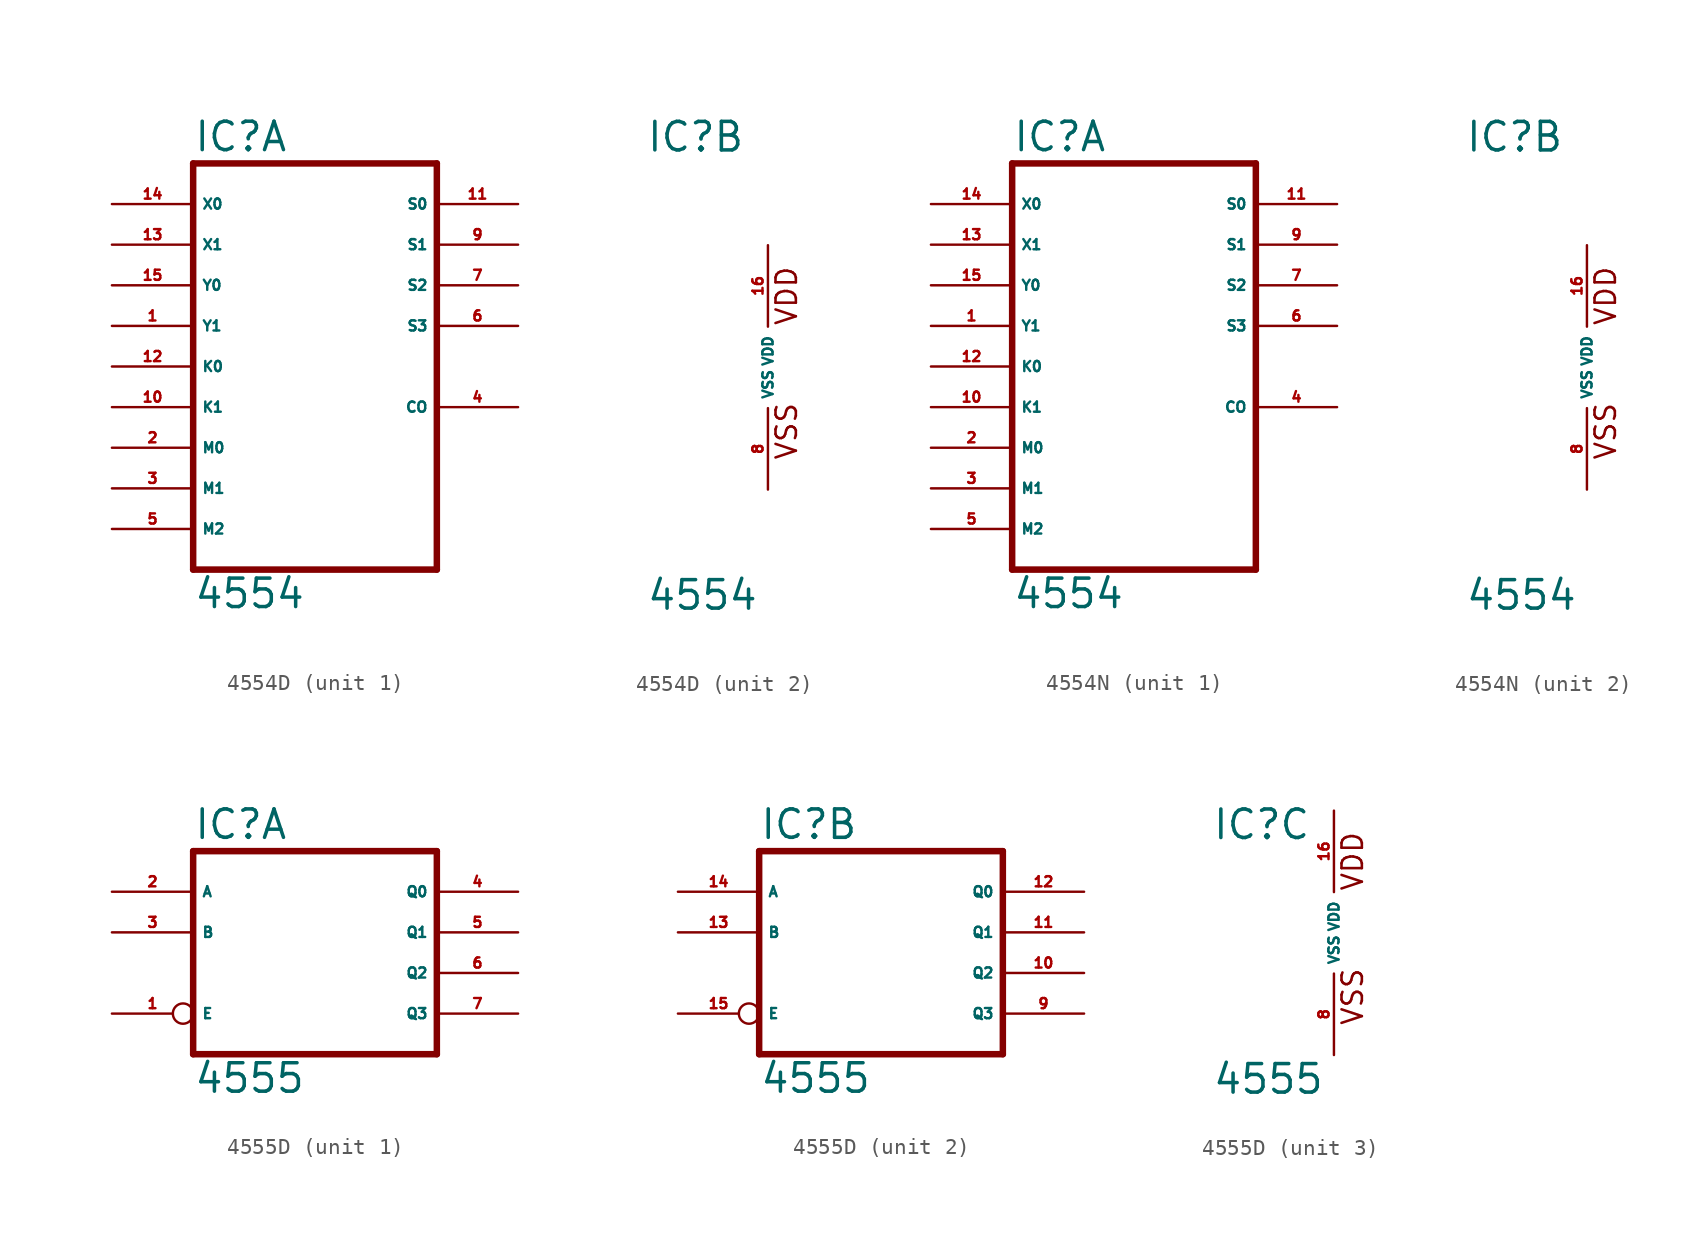
<source format=kicad_sym>
(kicad_symbol_lib
  (version 20220914)
  (generator Eagle2Kicad)
  (symbol "4554D"
    (property "Reference" "IC"
      (at -7.62 13.335 0)
      (effects (font (size 1.778 1.778) (thickness 0.22)) (justify left bottom)))
    (property "Value" "4554"
      (at -7.62 -15.24 0)
      (effects (font (size 1.778 1.778) (thickness 0.22)) (justify left bottom)))
    (symbol "4554D_1_0"
      (polyline (pts (xy -7.62 -12.7) (xy 7.62 -12.7)) (stroke (width 0.406) (type default)) (fill (type none)))
      (polyline (pts (xy 7.62 -12.7) (xy 7.62 12.7)) (stroke (width 0.406) (type default)) (fill (type none)))
      (polyline (pts (xy 7.62 12.7) (xy -7.62 12.7)) (stroke (width 0.406) (type default)) (fill (type none)))
      (polyline (pts (xy -7.62 12.7) (xy -7.62 -12.7)) (stroke (width 0.406) (type default)) (fill (type none)))
      (pin input line (at -12.7 2.54 0) (length 5.08) (name "Y1" (effects (font (size 0.635 0.635) (thickness 0.08)) (justify left bottom))) (number "1" (effects (font (size 0.635 0.635) (thickness 0.08)) (justify left bottom))))
      (pin input line (at -12.7 -5.08 0) (length 5.08) (name "M0" (effects (font (size 0.635 0.635) (thickness 0.08)) (justify left bottom))) (number "2" (effects (font (size 0.635 0.635) (thickness 0.08)) (justify left bottom))))
      (pin input line (at -12.7 -7.62 0) (length 5.08) (name "M1" (effects (font (size 0.635 0.635) (thickness 0.08)) (justify left bottom))) (number "3" (effects (font (size 0.635 0.635) (thickness 0.08)) (justify left bottom))))
      (pin output line (at 12.7 -2.54 180) (length 5.08) (name "CO" (effects (font (size 0.635 0.635) (thickness 0.08)) (justify left bottom))) (number "4" (effects (font (size 0.635 0.635) (thickness 0.08)) (justify left bottom))))
      (pin input line (at -12.7 -10.16 0) (length 5.08) (name "M2" (effects (font (size 0.635 0.635) (thickness 0.08)) (justify left bottom))) (number "5" (effects (font (size 0.635 0.635) (thickness 0.08)) (justify left bottom))))
      (pin output line (at 12.7 2.54 180) (length 5.08) (name "S3" (effects (font (size 0.635 0.635) (thickness 0.08)) (justify left bottom))) (number "6" (effects (font (size 0.635 0.635) (thickness 0.08)) (justify left bottom))))
      (pin output line (at 12.7 5.08 180) (length 5.08) (name "S2" (effects (font (size 0.635 0.635) (thickness 0.08)) (justify left bottom))) (number "7" (effects (font (size 0.635 0.635) (thickness 0.08)) (justify left bottom))))
      (pin output line (at 12.7 7.62 180) (length 5.08) (name "S1" (effects (font (size 0.635 0.635) (thickness 0.08)) (justify left bottom))) (number "9" (effects (font (size 0.635 0.635) (thickness 0.08)) (justify left bottom))))
      (pin input line (at -12.7 -2.54 0) (length 5.08) (name "K1" (effects (font (size 0.635 0.635) (thickness 0.08)) (justify left bottom))) (number "10" (effects (font (size 0.635 0.635) (thickness 0.08)) (justify left bottom))))
      (pin output line (at 12.7 10.16 180) (length 5.08) (name "S0" (effects (font (size 0.635 0.635) (thickness 0.08)) (justify left bottom))) (number "11" (effects (font (size 0.635 0.635) (thickness 0.08)) (justify left bottom))))
      (pin input line (at -12.7 0 0) (length 5.08) (name "K0" (effects (font (size 0.635 0.635) (thickness 0.08)) (justify left bottom))) (number "12" (effects (font (size 0.635 0.635) (thickness 0.08)) (justify left bottom))))
      (pin input line (at -12.7 7.62 0) (length 5.08) (name "X1" (effects (font (size 0.635 0.635) (thickness 0.08)) (justify left bottom))) (number "13" (effects (font (size 0.635 0.635) (thickness 0.08)) (justify left bottom))))
      (pin input line (at -12.7 10.16 0) (length 5.08) (name "X0" (effects (font (size 0.635 0.635) (thickness 0.08)) (justify left bottom))) (number "14" (effects (font (size 0.635 0.635) (thickness 0.08)) (justify left bottom))))
      (pin input line (at -12.7 5.08 0) (length 5.08) (name "Y0" (effects (font (size 0.635 0.635) (thickness 0.08)) (justify left bottom))) (number "15" (effects (font (size 0.635 0.635) (thickness 0.08)) (justify left bottom)))))
    (symbol "4554D_2_0"
      (text "VDD" (at 1.905 2.54 900) (effects (font (size 1.27 1.27) (thickness 0.16)) (justify left bottom)))
      (text "VSS" (at 1.905 -5.842 900) (effects (font (size 1.27 1.27) (thickness 0.16)) (justify left bottom)))
      (pin unspecified line (at 0 -7.62 90) (length 5.08) (name "VSS" (effects (font (size 0.635 0.635) (thickness 0.08)) (justify left bottom))) (number "8" (effects (font (size 0.635 0.635) (thickness 0.08)) (justify left bottom))))
      (pin unspecified line (at 0 7.62 270) (length 5.08) (name "VDD" (effects (font (size 0.635 0.635) (thickness 0.08)) (justify left bottom))) (number "16" (effects (font (size 0.635 0.635) (thickness 0.08)) (justify left bottom))))))
  (symbol "4554N"
    (property "Reference" "IC"
      (at -7.62 13.335 0)
      (effects (font (size 1.778 1.778) (thickness 0.22)) (justify left bottom)))
    (property "Value" "4554"
      (at -7.62 -15.24 0)
      (effects (font (size 1.778 1.778) (thickness 0.22)) (justify left bottom)))
    (symbol "4554N_1_0"
      (polyline (pts (xy -7.62 -12.7) (xy 7.62 -12.7)) (stroke (width 0.406) (type default)) (fill (type none)))
      (polyline (pts (xy 7.62 -12.7) (xy 7.62 12.7)) (stroke (width 0.406) (type default)) (fill (type none)))
      (polyline (pts (xy 7.62 12.7) (xy -7.62 12.7)) (stroke (width 0.406) (type default)) (fill (type none)))
      (polyline (pts (xy -7.62 12.7) (xy -7.62 -12.7)) (stroke (width 0.406) (type default)) (fill (type none)))
      (pin input line (at -12.7 2.54 0) (length 5.08) (name "Y1" (effects (font (size 0.635 0.635) (thickness 0.08)) (justify left bottom))) (number "1" (effects (font (size 0.635 0.635) (thickness 0.08)) (justify left bottom))))
      (pin input line (at -12.7 -5.08 0) (length 5.08) (name "M0" (effects (font (size 0.635 0.635) (thickness 0.08)) (justify left bottom))) (number "2" (effects (font (size 0.635 0.635) (thickness 0.08)) (justify left bottom))))
      (pin input line (at -12.7 -7.62 0) (length 5.08) (name "M1" (effects (font (size 0.635 0.635) (thickness 0.08)) (justify left bottom))) (number "3" (effects (font (size 0.635 0.635) (thickness 0.08)) (justify left bottom))))
      (pin output line (at 12.7 -2.54 180) (length 5.08) (name "CO" (effects (font (size 0.635 0.635) (thickness 0.08)) (justify left bottom))) (number "4" (effects (font (size 0.635 0.635) (thickness 0.08)) (justify left bottom))))
      (pin input line (at -12.7 -10.16 0) (length 5.08) (name "M2" (effects (font (size 0.635 0.635) (thickness 0.08)) (justify left bottom))) (number "5" (effects (font (size 0.635 0.635) (thickness 0.08)) (justify left bottom))))
      (pin output line (at 12.7 2.54 180) (length 5.08) (name "S3" (effects (font (size 0.635 0.635) (thickness 0.08)) (justify left bottom))) (number "6" (effects (font (size 0.635 0.635) (thickness 0.08)) (justify left bottom))))
      (pin output line (at 12.7 5.08 180) (length 5.08) (name "S2" (effects (font (size 0.635 0.635) (thickness 0.08)) (justify left bottom))) (number "7" (effects (font (size 0.635 0.635) (thickness 0.08)) (justify left bottom))))
      (pin output line (at 12.7 7.62 180) (length 5.08) (name "S1" (effects (font (size 0.635 0.635) (thickness 0.08)) (justify left bottom))) (number "9" (effects (font (size 0.635 0.635) (thickness 0.08)) (justify left bottom))))
      (pin input line (at -12.7 -2.54 0) (length 5.08) (name "K1" (effects (font (size 0.635 0.635) (thickness 0.08)) (justify left bottom))) (number "10" (effects (font (size 0.635 0.635) (thickness 0.08)) (justify left bottom))))
      (pin output line (at 12.7 10.16 180) (length 5.08) (name "S0" (effects (font (size 0.635 0.635) (thickness 0.08)) (justify left bottom))) (number "11" (effects (font (size 0.635 0.635) (thickness 0.08)) (justify left bottom))))
      (pin input line (at -12.7 0 0) (length 5.08) (name "K0" (effects (font (size 0.635 0.635) (thickness 0.08)) (justify left bottom))) (number "12" (effects (font (size 0.635 0.635) (thickness 0.08)) (justify left bottom))))
      (pin input line (at -12.7 7.62 0) (length 5.08) (name "X1" (effects (font (size 0.635 0.635) (thickness 0.08)) (justify left bottom))) (number "13" (effects (font (size 0.635 0.635) (thickness 0.08)) (justify left bottom))))
      (pin input line (at -12.7 10.16 0) (length 5.08) (name "X0" (effects (font (size 0.635 0.635) (thickness 0.08)) (justify left bottom))) (number "14" (effects (font (size 0.635 0.635) (thickness 0.08)) (justify left bottom))))
      (pin input line (at -12.7 5.08 0) (length 5.08) (name "Y0" (effects (font (size 0.635 0.635) (thickness 0.08)) (justify left bottom))) (number "15" (effects (font (size 0.635 0.635) (thickness 0.08)) (justify left bottom)))))
    (symbol "4554N_2_0"
      (text "VDD" (at 1.905 2.54 900) (effects (font (size 1.27 1.27) (thickness 0.16)) (justify left bottom)))
      (text "VSS" (at 1.905 -5.842 900) (effects (font (size 1.27 1.27) (thickness 0.16)) (justify left bottom)))
      (pin unspecified line (at 0 -7.62 90) (length 5.08) (name "VSS" (effects (font (size 0.635 0.635) (thickness 0.08)) (justify left bottom))) (number "8" (effects (font (size 0.635 0.635) (thickness 0.08)) (justify left bottom))))
      (pin unspecified line (at 0 7.62 270) (length 5.08) (name "VDD" (effects (font (size 0.635 0.635) (thickness 0.08)) (justify left bottom))) (number "16" (effects (font (size 0.635 0.635) (thickness 0.08)) (justify left bottom))))))
  (symbol "4555D"
    (property "Reference" "IC"
      (at -7.62 5.715 0)
      (effects (font (size 1.778 1.778) (thickness 0.22)) (justify left bottom)))
    (property "Value" "4555"
      (at -7.62 -10.16 0)
      (effects (font (size 1.778 1.778) (thickness 0.22)) (justify left bottom)))
    (symbol "4555D_1_0"
      (polyline (pts (xy -7.62 -7.62) (xy 7.62 -7.62)) (stroke (width 0.406) (type default)) (fill (type none)))
      (polyline (pts (xy 7.62 -7.62) (xy 7.62 5.08)) (stroke (width 0.406) (type default)) (fill (type none)))
      (polyline (pts (xy 7.62 5.08) (xy -7.62 5.08)) (stroke (width 0.406) (type default)) (fill (type none)))
      (polyline (pts (xy -7.62 5.08) (xy -7.62 -7.62)) (stroke (width 0.406) (type default)) (fill (type none)))
      (pin input inverted (at -12.7 -5.08 0) (length 5.08) (name "E" (effects (font (size 0.635 0.635) (thickness 0.08)) (justify left bottom))) (number "1" (effects (font (size 0.635 0.635) (thickness 0.08)) (justify left bottom))))
      (pin input line (at -12.7 2.54 0) (length 5.08) (name "A" (effects (font (size 0.635 0.635) (thickness 0.08)) (justify left bottom))) (number "2" (effects (font (size 0.635 0.635) (thickness 0.08)) (justify left bottom))))
      (pin input line (at -12.7 0 0) (length 5.08) (name "B" (effects (font (size 0.635 0.635) (thickness 0.08)) (justify left bottom))) (number "3" (effects (font (size 0.635 0.635) (thickness 0.08)) (justify left bottom))))
      (pin output line (at 12.7 2.54 180) (length 5.08) (name "Q0" (effects (font (size 0.635 0.635) (thickness 0.08)) (justify left bottom))) (number "4" (effects (font (size 0.635 0.635) (thickness 0.08)) (justify left bottom))))
      (pin output line (at 12.7 0 180) (length 5.08) (name "Q1" (effects (font (size 0.635 0.635) (thickness 0.08)) (justify left bottom))) (number "5" (effects (font (size 0.635 0.635) (thickness 0.08)) (justify left bottom))))
      (pin output line (at 12.7 -2.54 180) (length 5.08) (name "Q2" (effects (font (size 0.635 0.635) (thickness 0.08)) (justify left bottom))) (number "6" (effects (font (size 0.635 0.635) (thickness 0.08)) (justify left bottom))))
      (pin output line (at 12.7 -5.08 180) (length 5.08) (name "Q3" (effects (font (size 0.635 0.635) (thickness 0.08)) (justify left bottom))) (number "7" (effects (font (size 0.635 0.635) (thickness 0.08)) (justify left bottom)))))
    (symbol "4555D_2_0"
      (polyline (pts (xy -7.62 -7.62) (xy 7.62 -7.62)) (stroke (width 0.406) (type default)) (fill (type none)))
      (polyline (pts (xy 7.62 -7.62) (xy 7.62 5.08)) (stroke (width 0.406) (type default)) (fill (type none)))
      (polyline (pts (xy 7.62 5.08) (xy -7.62 5.08)) (stroke (width 0.406) (type default)) (fill (type none)))
      (polyline (pts (xy -7.62 5.08) (xy -7.62 -7.62)) (stroke (width 0.406) (type default)) (fill (type none)))
      (pin input inverted (at -12.7 -5.08 0) (length 5.08) (name "E" (effects (font (size 0.635 0.635) (thickness 0.08)) (justify left bottom))) (number "15" (effects (font (size 0.635 0.635) (thickness 0.08)) (justify left bottom))))
      (pin input line (at -12.7 2.54 0) (length 5.08) (name "A" (effects (font (size 0.635 0.635) (thickness 0.08)) (justify left bottom))) (number "14" (effects (font (size 0.635 0.635) (thickness 0.08)) (justify left bottom))))
      (pin input line (at -12.7 0 0) (length 5.08) (name "B" (effects (font (size 0.635 0.635) (thickness 0.08)) (justify left bottom))) (number "13" (effects (font (size 0.635 0.635) (thickness 0.08)) (justify left bottom))))
      (pin output line (at 12.7 2.54 180) (length 5.08) (name "Q0" (effects (font (size 0.635 0.635) (thickness 0.08)) (justify left bottom))) (number "12" (effects (font (size 0.635 0.635) (thickness 0.08)) (justify left bottom))))
      (pin output line (at 12.7 0 180) (length 5.08) (name "Q1" (effects (font (size 0.635 0.635) (thickness 0.08)) (justify left bottom))) (number "11" (effects (font (size 0.635 0.635) (thickness 0.08)) (justify left bottom))))
      (pin output line (at 12.7 -2.54 180) (length 5.08) (name "Q2" (effects (font (size 0.635 0.635) (thickness 0.08)) (justify left bottom))) (number "10" (effects (font (size 0.635 0.635) (thickness 0.08)) (justify left bottom))))
      (pin output line (at 12.7 -5.08 180) (length 5.08) (name "Q3" (effects (font (size 0.635 0.635) (thickness 0.08)) (justify left bottom))) (number "9" (effects (font (size 0.635 0.635) (thickness 0.08)) (justify left bottom)))))
    (symbol "4555D_3_0"
      (text "VDD" (at 1.905 2.54 900) (effects (font (size 1.27 1.27) (thickness 0.16)) (justify left bottom)))
      (text "VSS" (at 1.905 -5.842 900) (effects (font (size 1.27 1.27) (thickness 0.16)) (justify left bottom)))
      (pin unspecified line (at 0 -7.62 90) (length 5.08) (name "VSS" (effects (font (size 0.635 0.635) (thickness 0.08)) (justify left bottom))) (number "8" (effects (font (size 0.635 0.635) (thickness 0.08)) (justify left bottom))))
      (pin unspecified line (at 0 7.62 270) (length 5.08) (name "VDD" (effects (font (size 0.635 0.635) (thickness 0.08)) (justify left bottom))) (number "16" (effects (font (size 0.635 0.635) (thickness 0.08)) (justify left bottom)))))))
</source>
